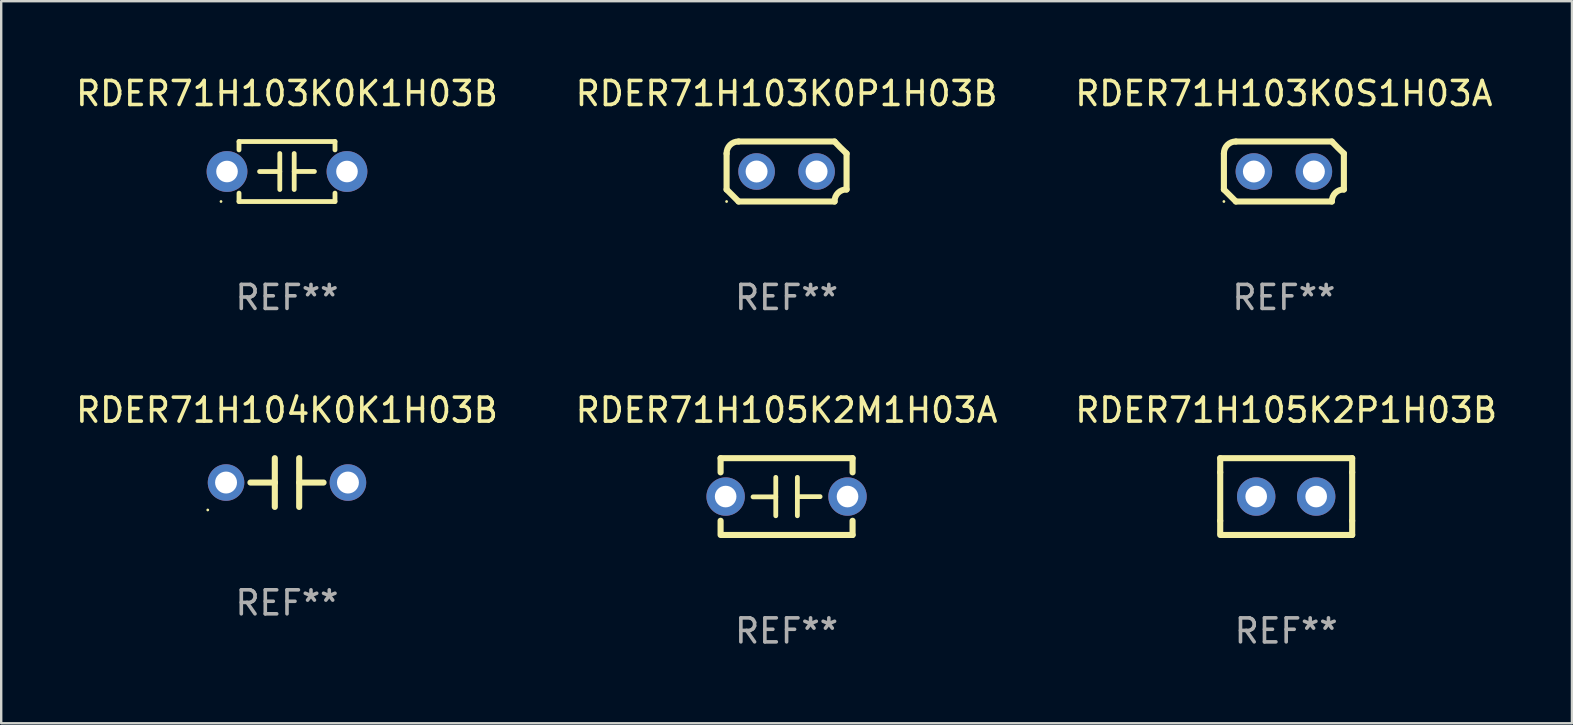
<source format=kicad_pcb>
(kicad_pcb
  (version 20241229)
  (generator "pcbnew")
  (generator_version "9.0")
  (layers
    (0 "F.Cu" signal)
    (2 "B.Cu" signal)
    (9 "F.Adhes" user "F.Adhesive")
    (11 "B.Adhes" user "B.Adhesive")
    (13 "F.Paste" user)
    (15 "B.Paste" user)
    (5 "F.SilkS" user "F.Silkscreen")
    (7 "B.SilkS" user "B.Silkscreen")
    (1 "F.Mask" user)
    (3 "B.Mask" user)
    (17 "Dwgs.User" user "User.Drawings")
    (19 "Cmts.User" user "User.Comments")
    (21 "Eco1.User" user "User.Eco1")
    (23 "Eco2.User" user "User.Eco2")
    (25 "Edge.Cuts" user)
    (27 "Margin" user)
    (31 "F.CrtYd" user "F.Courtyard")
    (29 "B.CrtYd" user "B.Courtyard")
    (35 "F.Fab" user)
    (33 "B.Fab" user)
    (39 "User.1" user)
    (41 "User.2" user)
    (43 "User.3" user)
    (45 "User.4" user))
  (footprint "RDER71H103K0P1H03B"
    (layer "F.Cu")
    (at 29.732 4.098)
    (property "Reference" "RDER71H103K0P1H03B" (at 0 -3.25 0) (layer "F.SilkS") (effects (font (size 1 1) (thickness 0.15))))
    (attr through_hole)
    (fp_line (start -2.5 -0.75) (end -2.5 0.75) (stroke (width 0.254) (type solid)) (layer "F.SilkS"))
    (fp_line (start -2 -1.25) (end 2 -1.25) (stroke (width 0.254) (type solid)) (layer "F.SilkS"))
    (fp_line (start 2 1.25) (end -2 1.25) (stroke (width 0.254) (type solid)) (layer "F.SilkS"))
    (fp_line (start 2.5 0.75) (end 2.5 -0.75) (stroke (width 0.254) (type solid)) (layer "F.SilkS"))
    (fp_arc (start -2.5 0.749962) (mid -2.249559 0.999558) (end -1.99929 1.249325) (stroke (width 0.254001) (type solid)) (layer "F.SilkS"))
    (fp_arc (start -2.499366 -0.749302) (mid -2.356411 -1.106098) (end -2 -1.250013) (stroke (width 0.254001) (type solid)) (layer "F.SilkS"))
    (fp_arc (start 2 1.250013) (mid 2.142747 0.89301) (end 2.499364 0.749302) (stroke (width 0.254001) (type solid)) (layer "F.SilkS"))
    (fp_arc (start 2.5 -0.749962) (mid 2.245609 -0.995598) (end 1.999289 -1.249327) (stroke (width 0.254001) (type solid)) (layer "F.SilkS"))
    (fp_circle (center -2.5 1.25) (end -2.47 1.25) (stroke (width 0.06) (type solid)) (fill no) (layer "F.SilkS"))
    (fp_text user "REF**" (at 0 5.25 0) (layer "F.Fab") (effects (font (size 1 1) (thickness 0.15))))
    (pad "1" thru_hole circle (at -1.25 0) (size 1.524 1.524) (drill 0.914) (layers "*.Cu" "*.Mask"))
    (pad "2" thru_hole circle (at 1.25 0) (size 1.524 1.524) (drill 0.914) (layers "*.Cu" "*.Mask")))
  (footprint "RDER71H105K2M1H03A"
    (layer "F.Cu")
    (at 29.732 17.645)
    (property "Reference" "RDER71H105K2M1H03A" (at 0 -3.6 0) (layer "F.SilkS") (effects (font (size 1 1) (thickness 0.15))))
    (attr through_hole)
    (fp_line (start -2.75 -1.6) (end -2.75 -1.009) (stroke (width 0.254) (type solid)) (layer "F.SilkS"))
    (fp_line (start -2.75 -1.6) (end 2.75 -1.6) (stroke (width 0.254) (type solid)) (layer "F.SilkS"))
    (fp_line (start -2.75 1.009) (end -2.75 1.524) (stroke (width 0.254) (type solid)) (layer "F.SilkS"))
    (fp_line (start -2.75 1.6) (end 2.75 1.6) (stroke (width 0.254) (type solid)) (layer "F.SilkS"))
    (fp_line (start -0.45 -0.8) (end -0.45 0.8) (stroke (width 0.2) (type solid)) (layer "F.SilkS"))
    (fp_line (start -0.45 0.013) (end -1.397 0.013) (stroke (width 0.2) (type solid)) (layer "F.SilkS"))
    (fp_line (start 0.45 0.003) (end 1.397 0.003) (stroke (width 0.2) (type solid)) (layer "F.SilkS"))
    (fp_line (start 0.45 0.8) (end 0.45 -0.8) (stroke (width 0.2) (type solid)) (layer "F.SilkS"))
    (fp_line (start 2.75 -1.6) (end 2.75 -1.009) (stroke (width 0.254) (type solid)) (layer "F.SilkS"))
    (fp_line (start 2.75 1.009) (end 2.75 1.6) (stroke (width 0.254) (type solid)) (layer "F.SilkS"))
    (fp_circle (center -2.79 1.6) (end -2.76 1.6) (stroke (width 0.06) (type solid)) (fill no) (layer "F.SilkS"))
    (fp_text user "REF**" (at 0 5.6 0) (layer "F.Fab") (effects (font (size 1 1) (thickness 0.15))))
    (pad "1" thru_hole circle (at -2.54 0) (size 1.6 1.6) (drill 0.9) (layers "*.Cu" "*.Mask"))
    (pad "2" thru_hole circle (at 2.54 0) (size 1.6 1.6) (drill 0.9) (layers "*.Cu" "*.Mask")))
  (footprint "RDER71H104K0K1H03B"
    (layer "F.Cu")
    (at 8.911 17.061)
    (property "Reference" "RDER71H104K0K1H03B" (at 0 -3.016 0) (layer "F.SilkS") (effects (font (size 1 1) (thickness 0.15))))
    (attr through_hole)
    (fp_line (start -1.524 0) (end -0.508 0) (stroke (width 0.254) (type solid)) (layer "F.SilkS"))
    (fp_line (start -0.508 0) (end -0.508 -1.016) (stroke (width 0.254) (type solid)) (layer "F.SilkS"))
    (fp_line (start -0.508 0) (end -0.508 1.016) (stroke (width 0.254) (type solid)) (layer "F.SilkS"))
    (fp_line (start 0.508 -1.016) (end 0.508 1.016) (stroke (width 0.254) (type solid)) (layer "F.SilkS"))
    (fp_line (start 1.524 0) (end 0.508 0) (stroke (width 0.254) (type solid)) (layer "F.SilkS"))
    (fp_circle (center -3.302 1.143) (end -3.272 1.143) (stroke (width 0.06) (type solid)) (fill no) (layer "F.SilkS"))
    (fp_text user "REF**" (at 0 5.016 0) (layer "F.Fab") (effects (font (size 1 1) (thickness 0.15))))
    (pad "1" thru_hole circle (at -2.54 0) (size 1.524 1.524) (drill 0.914) (layers "*.Cu" "*.Mask"))
    (pad "2" thru_hole circle (at 2.54 0) (size 1.524 1.524) (drill 0.914) (layers "*.Cu" "*.Mask")))
  (footprint "RDER71H105K2P1H03B"
    (layer "F.Cu")
    (at 50.554 17.645)
    (property "Reference" "RDER71H105K2P1H03B" (at 0 -3.6 0) (layer "F.SilkS") (effects (font (size 1 1) (thickness 0.15))))
    (attr through_hole)
    (fp_line (start -2.75 -1.6) (end -2.75 -1.01) (stroke (width 0.254) (type solid)) (layer "F.SilkS"))
    (fp_line (start -2.75 -1.6) (end 2.75 -1.6) (stroke (width 0.254) (type solid)) (layer "F.SilkS"))
    (fp_line (start -2.75 -1.01) (end -2.75 1.01) (stroke (width 0.254) (type solid)) (layer "F.SilkS"))
    (fp_line (start -2.75 1.01) (end -2.75 1.524) (stroke (width 0.254) (type solid)) (layer "F.SilkS"))
    (fp_line (start -2.75 1.6) (end 2.75 1.6) (stroke (width 0.254) (type solid)) (layer "F.SilkS"))
    (fp_line (start 2.75 -1.6) (end 2.75 -1.01) (stroke (width 0.254) (type solid)) (layer "F.SilkS"))
    (fp_line (start 2.75 -1.01) (end 2.75 1.01) (stroke (width 0.254) (type solid)) (layer "F.SilkS"))
    (fp_line (start 2.75 1.01) (end 2.75 1.6) (stroke (width 0.254) (type solid)) (layer "F.SilkS"))
    (fp_circle (center -2.75 1.6) (end -2.72 1.6) (stroke (width 0.06) (type solid)) (fill no) (layer "F.SilkS"))
    (fp_text user "REF**" (at 0 5.6 0) (layer "F.Fab") (effects (font (size 1 1) (thickness 0.15))))
    (pad "1" thru_hole circle (at -1.25 0) (size 1.6 1.6) (drill 0.9) (layers "*.Cu" "*.Mask"))
    (pad "2" thru_hole circle (at 1.25 0) (size 1.6 1.6) (drill 0.9) (layers "*.Cu" "*.Mask")))
  (footprint "RDER71H103K0S1H03A"
    (layer "F.Cu")
    (at 50.458 4.098)
    (property "Reference" "RDER71H103K0S1H03A" (at 0 -3.25 0) (layer "F.SilkS") (effects (font (size 1 1) (thickness 0.15))))
    (attr through_hole)
    (fp_line (start -2.5 -0.75) (end -2.5 0.75) (stroke (width 0.254) (type solid)) (layer "F.SilkS"))
    (fp_line (start -2 -1.25) (end 2 -1.25) (stroke (width 0.254) (type solid)) (layer "F.SilkS"))
    (fp_line (start 2 1.25) (end -2 1.25) (stroke (width 0.254) (type solid)) (layer "F.SilkS"))
    (fp_line (start 2.5 0.75) (end 2.5 -0.75) (stroke (width 0.254) (type solid)) (layer "F.SilkS"))
    (fp_arc (start -2.5 0.749962) (mid -2.249559 0.999558) (end -1.99929 1.249325) (stroke (width 0.254001) (type solid)) (layer "F.SilkS"))
    (fp_arc (start -2.499366 -0.749302) (mid -2.356411 -1.106098) (end -2 -1.250013) (stroke (width 0.254001) (type solid)) (layer "F.SilkS"))
    (fp_arc (start 2 1.250013) (mid 2.142747 0.89301) (end 2.499364 0.749302) (stroke (width 0.254001) (type solid)) (layer "F.SilkS"))
    (fp_arc (start 2.5 -0.749962) (mid 2.245609 -0.995598) (end 1.999289 -1.249327) (stroke (width 0.254001) (type solid)) (layer "F.SilkS"))
    (fp_circle (center -2.5 1.25) (end -2.47 1.25) (stroke (width 0.06) (type solid)) (fill no) (layer "F.SilkS"))
    (fp_text user "REF**" (at 0 5.25 0) (layer "F.Fab") (effects (font (size 1 1) (thickness 0.15))))
    (pad "1" thru_hole circle (at -1.25 0) (size 1.524 1.524) (drill 0.914) (layers "*.Cu" "*.Mask"))
    (pad "2" thru_hole circle (at 1.25 0) (size 1.524 1.524) (drill 0.914) (layers "*.Cu" "*.Mask")))
  (footprint "RDER71H103K0K1H03B"
    (layer "F.Cu")
    (at 8.911 4.098)
    (property "Reference" "RDER71H103K0K1H03B" (at 0 -3.25 0) (layer "F.SilkS") (effects (font (size 1 1) (thickness 0.15))))
    (attr through_hole)
    (fp_line (start -2 -1.25) (end -2 -0.901) (stroke (width 0.2) (type solid)) (layer "F.SilkS"))
    (fp_line (start -2 -1.25) (end 2 -1.25) (stroke (width 0.2) (type solid)) (layer "F.SilkS"))
    (fp_line (start -2 0.901) (end -2 1.25) (stroke (width 0.2) (type solid)) (layer "F.SilkS"))
    (fp_line (start -0.3 -0.75) (end -0.3 0.75) (stroke (width 0.2) (type solid)) (layer "F.SilkS"))
    (fp_line (start -0.3 0.001) (end -1.143 0.001) (stroke (width 0.2) (type solid)) (layer "F.SilkS"))
    (fp_line (start 0.3 -0.001) (end 1.143 -0.001) (stroke (width 0.2) (type solid)) (layer "F.SilkS"))
    (fp_line (start 0.3 0.75) (end 0.3 -0.75) (stroke (width 0.2) (type solid)) (layer "F.SilkS"))
    (fp_line (start 2 -1.25) (end 2 -0.901) (stroke (width 0.2) (type solid)) (layer "F.SilkS"))
    (fp_line (start 2 0.901) (end 2 1.25) (stroke (width 0.2) (type solid)) (layer "F.SilkS"))
    (fp_line (start 2 1.25) (end -2 1.25) (stroke (width 0.2) (type solid)) (layer "F.SilkS"))
    (fp_circle (center -2.75 1.25) (end -2.72 1.25) (stroke (width 0.06) (type solid)) (fill no) (layer "F.SilkS"))
    (fp_text user "REF**" (at 0 5.25 0) (layer "F.Fab") (effects (font (size 1 1) (thickness 0.15))))
    (pad "1" thru_hole circle (at -2.5 0) (size 1.7 1.7) (drill 0.9) (layers "*.Cu" "*.Mask"))
    (pad "2" thru_hole circle (at 2.5 0) (size 1.7 1.7) (drill 0.9) (layers "*.Cu" "*.Mask")))
  (gr_rect
    (start -3 -3)
    (end 62.464 27.093)
    (stroke (width 0.1) (type default))
    (fill no)
    (layer "Edge.Cuts")))
</source>
